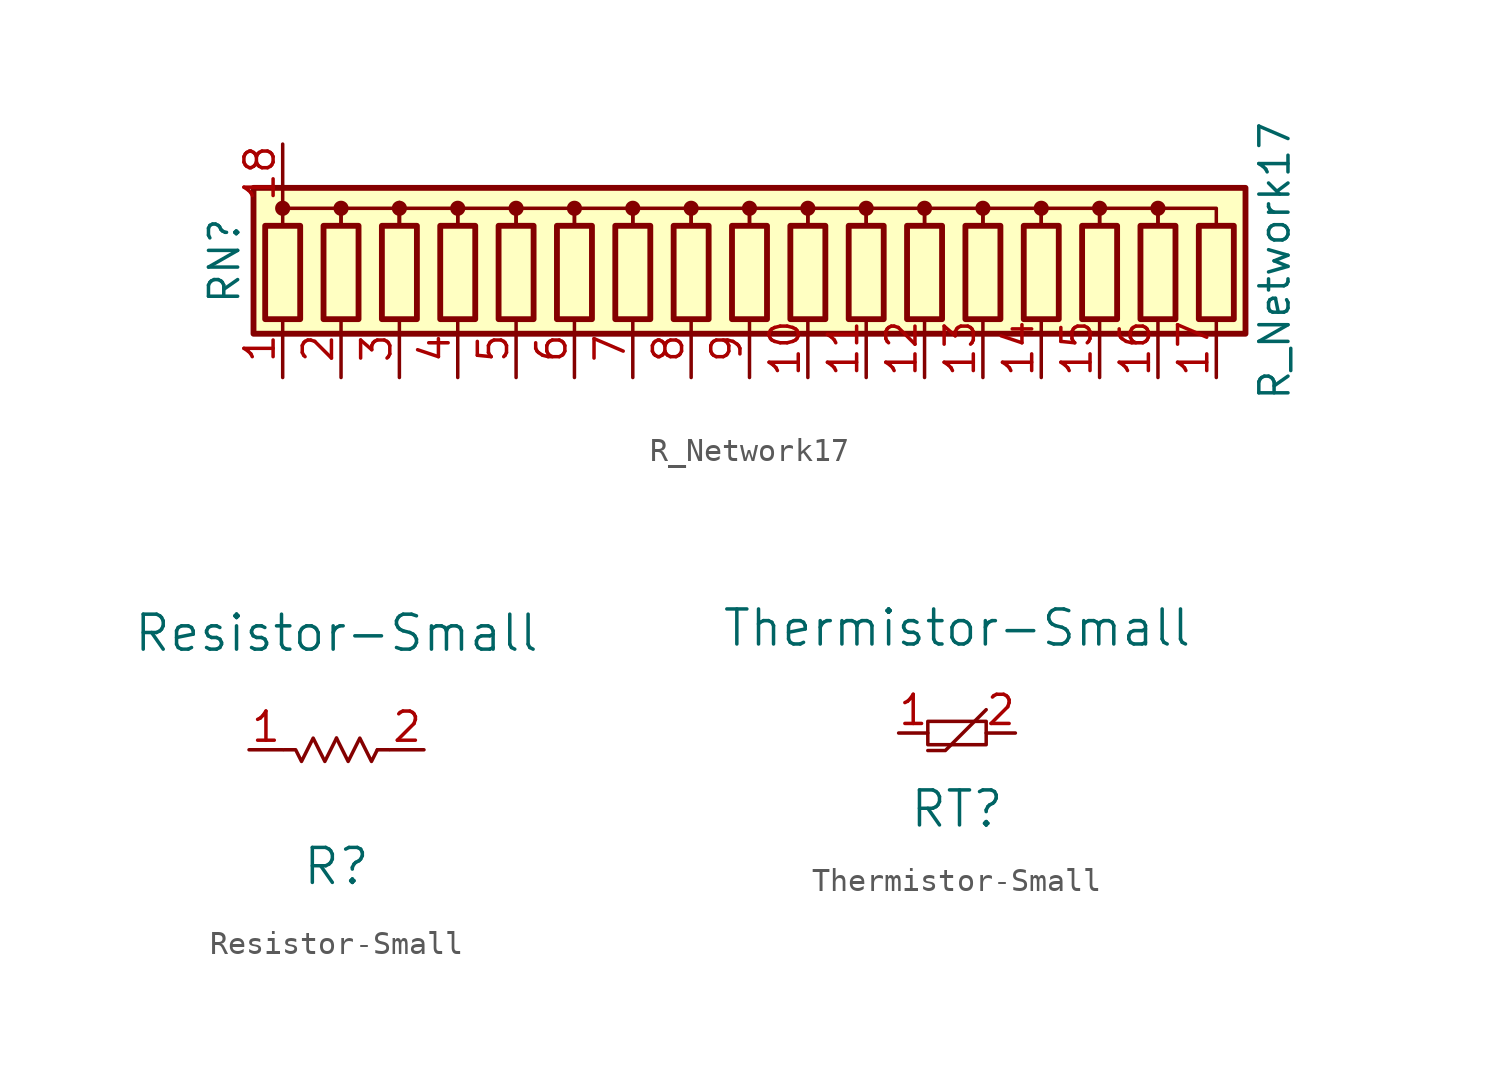
<source format=kicad_sym>
(kicad_symbol_lib
  (version 20241209)
  (generator "kicad_symbol_editor")
  (generator_version "9.0")
  (symbol "R_Network17"
    (pin_names
      (offset 0)
      (hide yes))
    (property "Reference" "RN"
      (at -22.86 0 90)
      (effects (font (size 1.27 1.27))))
    (property "Value" "R_Network17"
      (at 22.86 0 90)
      (effects (font (size 1.27 1.27))))
    (symbol "R_Network17_0_1"
      (rectangle (start -21.59 -3.175) (end 21.59 3.175) (stroke (width 0.254) (type solid)) (fill (type background)))
      (rectangle (start -21.082 1.524) (end -19.558 -2.54) (stroke (width 0.254) (type solid)) (fill (type none)))
      (circle (center -20.32 2.286) (radius 0.254) (stroke (width 0) (type solid)) (fill (type outline)))
      (polyline (pts (xy -20.32 1.524) (xy -20.32 2.286) (xy -17.78 2.286) (xy -17.78 1.524)) (stroke (width 0) (type solid)) (fill (type none)))
      (rectangle (start -18.542 1.524) (end -17.018 -2.54) (stroke (width 0.254) (type solid)) (fill (type none)))
      (circle (center -17.78 2.286) (radius 0.254) (stroke (width 0) (type solid)) (fill (type outline)))
      (polyline (pts (xy -17.78 1.524) (xy -17.78 2.286) (xy -15.24 2.286) (xy -15.24 1.524)) (stroke (width 0) (type solid)) (fill (type none)))
      (rectangle (start -16.002 1.524) (end -14.478 -2.54) (stroke (width 0.254) (type solid)) (fill (type none)))
      (polyline (pts (xy -15.24 2.54) (xy -15.24 1.524)) (stroke (width 0) (type solid)) (fill (type none)))
      (circle (center -15.24 2.286) (radius 0.254) (stroke (width 0) (type solid)) (fill (type outline)))
      (polyline (pts (xy -15.24 1.524) (xy -15.24 2.286) (xy -12.7 2.286) (xy -12.7 1.524)) (stroke (width 0) (type solid)) (fill (type none)))
      (rectangle (start -13.462 1.524) (end -11.938 -2.54) (stroke (width 0.254) (type solid)) (fill (type none)))
      (circle (center -12.7 2.286) (radius 0.254) (stroke (width 0) (type solid)) (fill (type outline)))
      (polyline (pts (xy -12.7 1.524) (xy -12.7 2.286) (xy -10.16 2.286) (xy -10.16 1.524)) (stroke (width 0) (type solid)) (fill (type none)))
      (rectangle (start -10.922 1.524) (end -9.398 -2.54) (stroke (width 0.254) (type solid)) (fill (type none)))
      (circle (center -10.16 2.286) (radius 0.254) (stroke (width 0) (type solid)) (fill (type outline)))
      (polyline (pts (xy -10.16 1.524) (xy -10.16 2.286) (xy -7.62 2.286) (xy -7.62 1.524)) (stroke (width 0) (type solid)) (fill (type none)))
      (rectangle (start -8.382 1.524) (end -6.858 -2.54) (stroke (width 0.254) (type solid)) (fill (type none)))
      (circle (center -7.62 2.286) (radius 0.254) (stroke (width 0) (type solid)) (fill (type outline)))
      (polyline (pts (xy -7.62 1.524) (xy -7.62 2.286) (xy -5.08 2.286) (xy -5.08 1.524)) (stroke (width 0) (type solid)) (fill (type none)))
      (rectangle (start -5.842 1.524) (end -4.318 -2.54) (stroke (width 0.254) (type solid)) (fill (type none)))
      (circle (center -5.08 2.286) (radius 0.254) (stroke (width 0) (type solid)) (fill (type outline)))
      (polyline (pts (xy -5.08 1.524) (xy -5.08 2.286) (xy -2.54 2.286) (xy -2.54 1.524)) (stroke (width 0) (type solid)) (fill (type none)))
      (rectangle (start -3.302 1.524) (end -1.778 -2.54) (stroke (width 0.254) (type solid)) (fill (type none)))
      (circle (center -2.54 2.286) (radius 0.254) (stroke (width 0) (type solid)) (fill (type outline)))
      (polyline (pts (xy -2.54 1.524) (xy -2.54 2.286) (xy 0 2.286) (xy 0 1.524)) (stroke (width 0) (type solid)) (fill (type none)))
      (rectangle (start -0.762 1.524) (end 0.762 -2.54) (stroke (width 0.254) (type solid)) (fill (type none)))
      (circle (center 0 2.286) (radius 0.254) (stroke (width 0) (type solid)) (fill (type outline)))
      (polyline (pts (xy 0 1.524) (xy 0 2.286) (xy 2.54 2.286) (xy 2.54 1.524)) (stroke (width 0) (type solid)) (fill (type none)))
      (rectangle (start 1.778 1.524) (end 3.302 -2.54) (stroke (width 0.254) (type solid)) (fill (type none)))
      (circle (center 2.54 2.286) (radius 0.254) (stroke (width 0) (type solid)) (fill (type outline)))
      (polyline (pts (xy 2.54 1.524) (xy 2.54 2.286) (xy 5.08 2.286) (xy 5.08 1.524)) (stroke (width 0) (type solid)) (fill (type none)))
      (rectangle (start 4.318 1.524) (end 5.842 -2.54) (stroke (width 0.254) (type solid)) (fill (type none)))
      (circle (center 5.08 2.286) (radius 0.254) (stroke (width 0) (type solid)) (fill (type outline)))
      (polyline (pts (xy 5.08 1.524) (xy 5.08 2.286) (xy 7.62 2.286) (xy 7.62 1.524)) (stroke (width 0) (type solid)) (fill (type none)))
      (rectangle (start 6.858 1.524) (end 8.382 -2.54) (stroke (width 0.254) (type solid)) (fill (type none)))
      (circle (center 7.62 2.286) (radius 0.254) (stroke (width 0) (type solid)) (fill (type outline)))
      (polyline (pts (xy 7.62 1.524) (xy 7.62 2.286) (xy 10.16 2.286) (xy 10.16 1.524)) (stroke (width 0) (type solid)) (fill (type none)))
      (rectangle (start 9.398 1.524) (end 10.922 -2.54) (stroke (width 0.254) (type solid)) (fill (type none)))
      (circle (center 10.16 2.286) (radius 0.254) (stroke (width 0) (type solid)) (fill (type outline)))
      (polyline (pts (xy 10.16 1.524) (xy 10.16 2.286) (xy 12.7 2.286) (xy 12.7 1.524)) (stroke (width 0) (type solid)) (fill (type none)))
      (rectangle (start 11.938 1.524) (end 13.462 -2.54) (stroke (width 0.254) (type solid)) (fill (type none)))
      (circle (center 12.7 2.286) (radius 0.254) (stroke (width 0) (type solid)) (fill (type outline)))
      (polyline (pts (xy 12.7 1.524) (xy 12.7 2.286) (xy 15.24 2.286) (xy 15.24 1.524)) (stroke (width 0) (type solid)) (fill (type none)))
      (rectangle (start 14.478 1.524) (end 16.002 -2.54) (stroke (width 0.254) (type solid)) (fill (type none)))
      (circle (center 15.24 2.286) (radius 0.254) (stroke (width 0) (type solid)) (fill (type outline)))
      (polyline (pts (xy 15.24 1.524) (xy 15.24 2.286) (xy 17.78 2.286) (xy 17.78 1.524)) (stroke (width 0) (type solid)) (fill (type none)))
      (rectangle (start 17.018 1.524) (end 18.542 -2.54) (stroke (width 0.254) (type solid)) (fill (type none)))
      (circle (center 17.78 2.286) (radius 0.254) (stroke (width 0) (type solid)) (fill (type outline)))
      (polyline (pts (xy 17.78 1.524) (xy 17.78 2.286) (xy 20.32 2.286) (xy 20.32 1.524)) (stroke (width 0) (type solid)) (fill (type none)))
      (rectangle (start 19.558 1.524) (end 21.082 -2.54) (stroke (width 0.254) (type solid)) (fill (type none))))
    (symbol "R_Network17_1_1"
      (pin passive line (at -20.32 5.08 270) (length 2.54) (name "common" (effects (font (size 1.27 1.27)))) (number "18" (effects (font (size 1.27 1.27)))))
      (pin passive line (at -20.32 -5.08 90) (length 2.54) (name "R1" (effects (font (size 1.27 1.27)))) (number "1" (effects (font (size 1.27 1.27)))))
      (pin passive line (at -17.78 -5.08 90) (length 2.54) (name "R2" (effects (font (size 1.27 1.27)))) (number "2" (effects (font (size 1.27 1.27)))))
      (pin passive line (at -15.24 -5.08 90) (length 2.54) (name "R3" (effects (font (size 1.27 1.27)))) (number "3" (effects (font (size 1.27 1.27)))))
      (pin passive line (at -12.7 -5.08 90) (length 2.54) (name "R4" (effects (font (size 1.27 1.27)))) (number "4" (effects (font (size 1.27 1.27)))))
      (pin passive line (at -10.16 -5.08 90) (length 2.54) (name "R5" (effects (font (size 1.27 1.27)))) (number "5" (effects (font (size 1.27 1.27)))))
      (pin passive line (at -7.62 -5.08 90) (length 2.54) (name "R6" (effects (font (size 1.27 1.27)))) (number "6" (effects (font (size 1.27 1.27)))))
      (pin passive line (at -5.08 -5.08 90) (length 2.54) (name "R7" (effects (font (size 1.27 1.27)))) (number "7" (effects (font (size 1.27 1.27)))))
      (pin passive line (at -2.54 -5.08 90) (length 2.54) (name "R8" (effects (font (size 1.27 1.27)))) (number "8" (effects (font (size 1.27 1.27)))))
      (pin passive line (at 0 -5.08 90) (length 2.54) (name "R9" (effects (font (size 1.27 1.27)))) (number "9" (effects (font (size 1.27 1.27)))))
      (pin passive line (at 2.54 -5.08 90) (length 2.54) (name "R10" (effects (font (size 1.27 1.27)))) (number "10" (effects (font (size 1.27 1.27)))))
      (pin passive line (at 5.08 -5.08 90) (length 2.54) (name "R11" (effects (font (size 1.27 1.27)))) (number "11" (effects (font (size 1.27 1.27)))))
      (pin passive line (at 7.62 -5.08 90) (length 2.54) (name "R12" (effects (font (size 1.27 1.27)))) (number "12" (effects (font (size 1.27 1.27)))))
      (pin passive line (at 10.16 -5.08 90) (length 2.54) (name "R13" (effects (font (size 1.27 1.27)))) (number "13" (effects (font (size 1.27 1.27)))))
      (pin passive line (at 12.7 -5.08 90) (length 2.54) (name "R14" (effects (font (size 1.27 1.27)))) (number "14" (effects (font (size 1.27 1.27)))))
      (pin passive line (at 15.24 -5.08 90) (length 2.54) (name "R15" (effects (font (size 1.27 1.27)))) (number "15" (effects (font (size 1.27 1.27)))))
      (pin passive line (at 17.78 -5.08 90) (length 2.54) (name "R16" (effects (font (size 1.27 1.27)))) (number "16" (effects (font (size 1.27 1.27)))))
      (pin passive line (at 20.32 -5.08 90) (length 2.54) (name "R17" (effects (font (size 1.27 1.27)))) (number "17" (effects (font (size 1.27 1.27)))))))
  (symbol "Resistor-Small"
    (pin_names
      (offset 1.016))
    (property "Reference" "R"
      (at 0 -5.08 0)
      (effects (font (size 1.524 1.524))))
    (property "Value" "Resistor-Small"
      (at 0 5.08 0)
      (effects (font (size 1.524 1.524))))
    (symbol "Resistor-Small_0_1"
      (polyline (pts (xy 0 0.508) (xy 0.508 -0.508) (xy 1.016 0.508) (xy 1.524 -0.508) (xy 1.778 0)) (stroke (width 0) (type solid)) (fill (type none)))
      (polyline (pts (xy 0 0.508) (xy -0.508 -0.508) (xy -1.016 0.508) (xy -1.524 -0.508) (xy -1.778 0) (xy -2.286 0)) (stroke (width 0) (type solid)) (fill (type none)))
      (polyline (pts (xy 1.778 0) (xy 2.286 0)) (stroke (width 0) (type solid)) (fill (type none))))
    (symbol "Resistor-Small_1_1"
      (pin passive line (at -3.81 0 0) (length 1.473) (name "~" (effects (font (size 1.27 1.27)))) (number "1" (effects (font (size 1.27 1.27)))))
      (pin passive line (at 3.81 0 180) (length 1.473) (name "~" (effects (font (size 1.27 1.27)))) (number "2" (effects (font (size 1.27 1.27)))))))
  (symbol "Thermistor-Small"
    (pin_names
      (offset 1.016))
    (property "Reference" "RT"
      (at 0 -3.302 0)
      (effects (font (size 1.524 1.524))))
    (property "Value" "Thermistor-Small"
      (at 0 4.572 0)
      (effects (font (size 1.524 1.524))))
    (symbol "Thermistor-Small_0_1"
      (rectangle (start -1.27 0.508) (end 1.27 -0.508) (stroke (width 0) (type solid)) (fill (type none)))
      (polyline (pts (xy -1.27 -0.762) (xy -0.508 -0.762) (xy 1.27 1.016)) (stroke (width 0) (type solid)) (fill (type none))))
    (symbol "Thermistor-Small_1_1"
      (pin passive line (at -2.54 0 0) (length 1.27) (name "~" (effects (font (size 1.27 1.27)))) (number "1" (effects (font (size 1.27 1.27)))))
      (pin passive line (at 2.54 0 180) (length 1.27) (name "~" (effects (font (size 1.27 1.27)))) (number "2" (effects (font (size 1.27 1.27))))))))
</source>
